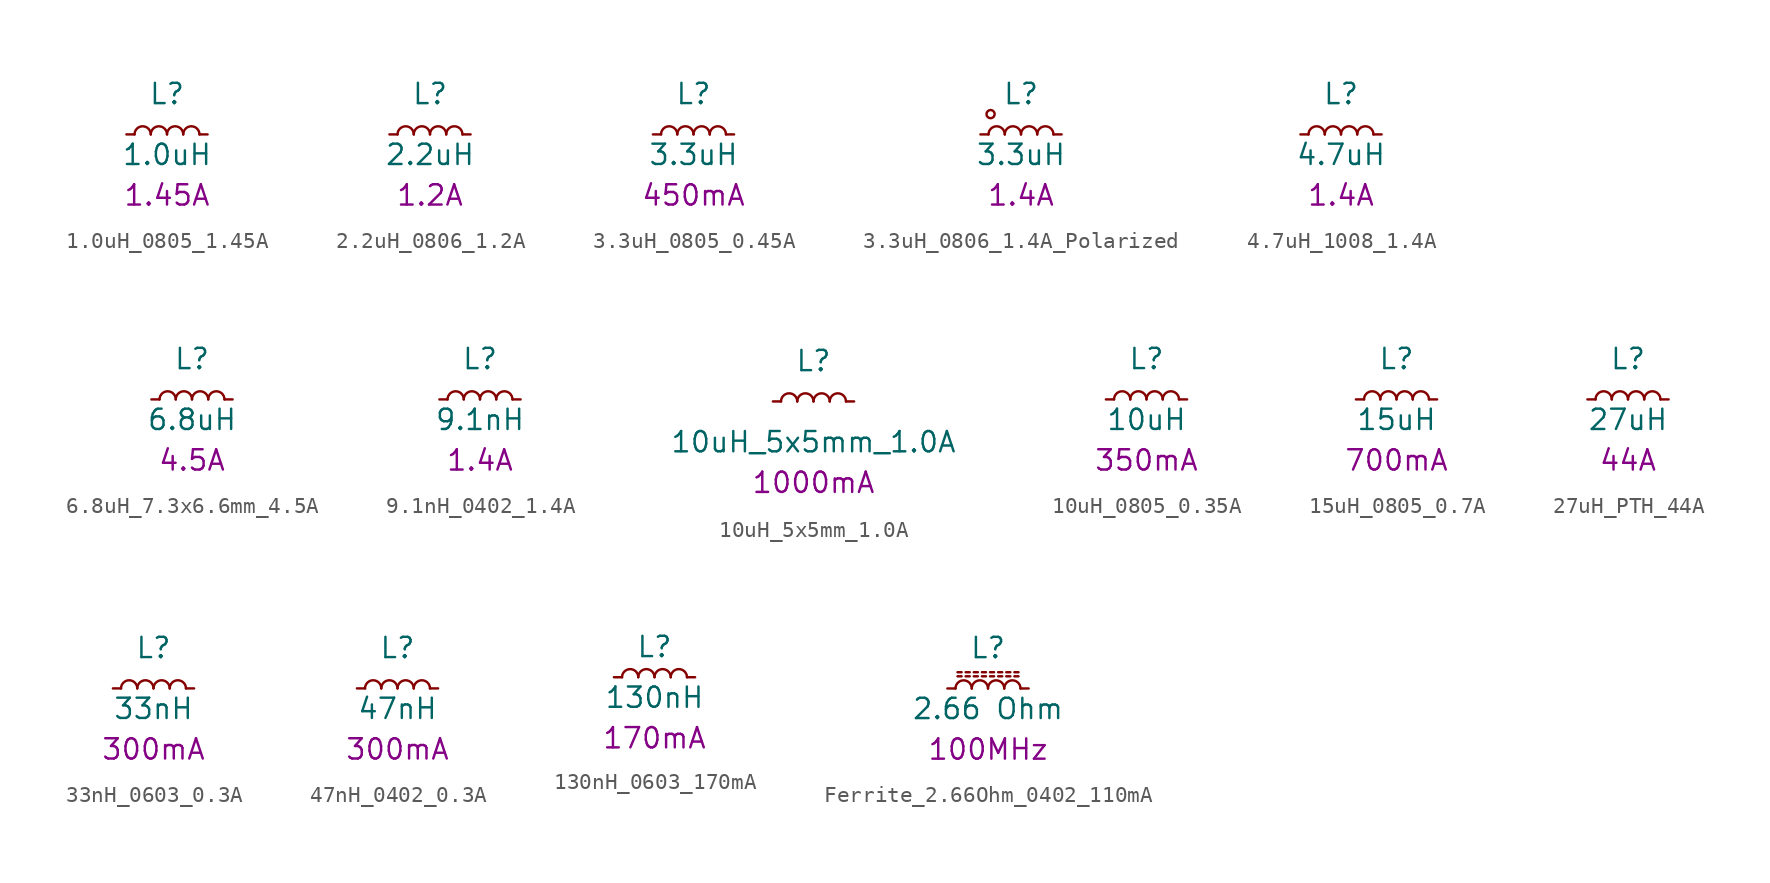
<source format=kicad_sym>
(kicad_symbol_lib
  (version 20241209)
  (generator "kicad_symbol_editor")
  (generator_version "9.0")
  (symbol "1.0uH_0805_1.45A"
    (pin_numbers
      (hide yes))
    (pin_names
      (offset 1.016)
      (hide yes))
    (property "Reference" "L"
      (at 0 2.54 0)
      (effects (font (size 1.27 1.27))))
    (property "Value" "1.0uH"
      (at 0 -1.27 0)
      (effects (font (size 1.27 1.27))))
    (property "Current" "1.45A"
      (at 0 -3.81 0)
      (effects (font (size 1.27 1.27))))
    (symbol "1.0uH_0805_1.45A_0_1"
      (arc (start -2.032 0) (mid -1.524 0.5058) (end -1.016 0) (stroke (width 0) (type default)) (fill (type none)))
      (arc (start -1.016 0) (mid -0.508 0.5058) (end 0 0) (stroke (width 0) (type default)) (fill (type none)))
      (arc (start 0 0) (mid 0.508 0.5058) (end 1.016 0) (stroke (width 0) (type default)) (fill (type none)))
      (arc (start 1.016 0) (mid 1.524 0.5058) (end 2.032 0) (stroke (width 0) (type default)) (fill (type none))))
    (symbol "1.0uH_0805_1.45A_1_1"
      (pin passive line (at -2.54 0 0) (length 0.508) (name "~" (effects (font (size 1.27 1.27)))) (number "1" (effects (font (size 1.27 1.27)))))
      (pin passive line (at 2.54 0 180) (length 0.508) (name "~" (effects (font (size 1.27 1.27)))) (number "2" (effects (font (size 1.27 1.27)))))))
  (symbol "2.2uH_0806_1.2A"
    (pin_numbers
      (hide yes))
    (pin_names
      (offset 1.016)
      (hide yes))
    (property "Reference" "L"
      (at 0 2.54 0)
      (effects (font (size 1.27 1.27))))
    (property "Value" "2.2uH"
      (at 0 -1.27 0)
      (effects (font (size 1.27 1.27))))
    (property "Current" "1.2A"
      (at 0 -3.81 0)
      (effects (font (size 1.27 1.27))))
    (symbol "2.2uH_0806_1.2A_0_1"
      (arc (start -2.032 0) (mid -1.524 0.5058) (end -1.016 0) (stroke (width 0) (type default)) (fill (type none)))
      (arc (start -1.016 0) (mid -0.508 0.5058) (end 0 0) (stroke (width 0) (type default)) (fill (type none)))
      (arc (start 0 0) (mid 0.508 0.5058) (end 1.016 0) (stroke (width 0) (type default)) (fill (type none)))
      (arc (start 1.016 0) (mid 1.524 0.5058) (end 2.032 0) (stroke (width 0) (type default)) (fill (type none))))
    (symbol "2.2uH_0806_1.2A_1_1"
      (pin passive line (at -2.54 0 0) (length 0.508) (name "~" (effects (font (size 1.27 1.27)))) (number "1" (effects (font (size 1.27 1.27)))))
      (pin passive line (at 2.54 0 180) (length 0.508) (name "~" (effects (font (size 1.27 1.27)))) (number "2" (effects (font (size 1.27 1.27)))))))
  (symbol "3.3uH_0805_0.45A"
    (pin_numbers
      (hide yes))
    (pin_names
      (offset 1.016)
      (hide yes))
    (property "Reference" "L"
      (at 0 2.54 0)
      (effects (font (size 1.27 1.27))))
    (property "Value" "3.3uH"
      (at 0 -1.27 0)
      (effects (font (size 1.27 1.27))))
    (property "Current" "450mA"
      (at 0 -3.81 0)
      (effects (font (size 1.27 1.27))))
    (symbol "3.3uH_0805_0.45A_0_1"
      (arc (start -2.032 0) (mid -1.524 0.5058) (end -1.016 0) (stroke (width 0) (type default)) (fill (type none)))
      (arc (start -1.016 0) (mid -0.508 0.5058) (end 0 0) (stroke (width 0) (type default)) (fill (type none)))
      (arc (start 0 0) (mid 0.508 0.5058) (end 1.016 0) (stroke (width 0) (type default)) (fill (type none)))
      (arc (start 1.016 0) (mid 1.524 0.5058) (end 2.032 0) (stroke (width 0) (type default)) (fill (type none))))
    (symbol "3.3uH_0805_0.45A_1_1"
      (pin passive line (at -2.54 0 0) (length 0.508) (name "~" (effects (font (size 1.27 1.27)))) (number "1" (effects (font (size 1.27 1.27)))))
      (pin passive line (at 2.54 0 180) (length 0.508) (name "~" (effects (font (size 1.27 1.27)))) (number "2" (effects (font (size 1.27 1.27)))))))
  (symbol "3.3uH_0806_1.4A_Polarized"
    (pin_numbers
      (hide yes))
    (pin_names
      (offset 1.016)
      (hide yes))
    (property "Reference" "L"
      (at 0 2.54 0)
      (effects (font (size 1.27 1.27))))
    (property "Value" "3.3uH"
      (at 0 -1.27 0)
      (effects (font (size 1.27 1.27))))
    (property "Current" "1.4A"
      (at 0 -3.81 0)
      (effects (font (size 1.27 1.27))))
    (symbol "3.3uH_0806_1.4A_Polarized_0_1"
      (circle (center -1.905 1.27) (radius 0.254) (stroke (width 0) (type default)) (fill (type none)))
      (arc (start -2.032 0) (mid -1.524 0.5058) (end -1.016 0) (stroke (width 0) (type default)) (fill (type none)))
      (arc (start -1.016 0) (mid -0.508 0.5058) (end 0 0) (stroke (width 0) (type default)) (fill (type none)))
      (arc (start 0 0) (mid 0.508 0.5058) (end 1.016 0) (stroke (width 0) (type default)) (fill (type none)))
      (arc (start 1.016 0) (mid 1.524 0.5058) (end 2.032 0) (stroke (width 0) (type default)) (fill (type none))))
    (symbol "3.3uH_0806_1.4A_Polarized_1_1"
      (pin passive line (at -2.54 0 0) (length 0.508) (name "~" (effects (font (size 1.27 1.27)))) (number "1" (effects (font (size 1.27 1.27)))))
      (pin passive line (at 2.54 0 180) (length 0.508) (name "~" (effects (font (size 1.27 1.27)))) (number "2" (effects (font (size 1.27 1.27)))))))
  (symbol "4.7uH_1008_1.4A"
    (pin_numbers
      (hide yes))
    (pin_names
      (offset 1.016)
      (hide yes))
    (property "Reference" "L"
      (at 0 2.54 0)
      (effects (font (size 1.27 1.27))))
    (property "Value" "4.7uH"
      (at 0 -1.27 0)
      (effects (font (size 1.27 1.27))))
    (property "Current" "1.4A"
      (at 0 -3.81 0)
      (effects (font (size 1.27 1.27))))
    (symbol "4.7uH_1008_1.4A_0_1"
      (arc (start -2.032 0) (mid -1.524 0.5058) (end -1.016 0) (stroke (width 0) (type default)) (fill (type none)))
      (arc (start -1.016 0) (mid -0.508 0.5058) (end 0 0) (stroke (width 0) (type default)) (fill (type none)))
      (arc (start 0 0) (mid 0.508 0.5058) (end 1.016 0) (stroke (width 0) (type default)) (fill (type none)))
      (arc (start 1.016 0) (mid 1.524 0.5058) (end 2.032 0) (stroke (width 0) (type default)) (fill (type none))))
    (symbol "4.7uH_1008_1.4A_1_1"
      (pin passive line (at -2.54 0 0) (length 0.508) (name "~" (effects (font (size 1.27 1.27)))) (number "1" (effects (font (size 1.27 1.27)))))
      (pin passive line (at 2.54 0 180) (length 0.508) (name "~" (effects (font (size 1.27 1.27)))) (number "2" (effects (font (size 1.27 1.27)))))))
  (symbol "6.8uH_7.3x6.6mm_4.5A"
    (pin_numbers
      (hide yes))
    (pin_names
      (offset 1.016)
      (hide yes))
    (property "Reference" "L"
      (at 0 2.54 0)
      (effects (font (size 1.27 1.27))))
    (property "Value" "6.8uH"
      (at 0 -1.27 0)
      (effects (font (size 1.27 1.27))))
    (property "Current" "4.5A"
      (at 0 -3.81 0)
      (effects (font (size 1.27 1.27))))
    (symbol "6.8uH_7.3x6.6mm_4.5A_0_1"
      (arc (start -2.032 0) (mid -1.524 0.5058) (end -1.016 0) (stroke (width 0) (type default)) (fill (type none)))
      (arc (start -1.016 0) (mid -0.508 0.5058) (end 0 0) (stroke (width 0) (type default)) (fill (type none)))
      (arc (start 0 0) (mid 0.508 0.5058) (end 1.016 0) (stroke (width 0) (type default)) (fill (type none)))
      (arc (start 1.016 0) (mid 1.524 0.5058) (end 2.032 0) (stroke (width 0) (type default)) (fill (type none))))
    (symbol "6.8uH_7.3x6.6mm_4.5A_1_1"
      (pin passive line (at -2.54 0 0) (length 0.508) (name "~" (effects (font (size 1.27 1.27)))) (number "1" (effects (font (size 1.27 1.27)))))
      (pin passive line (at 2.54 0 180) (length 0.508) (name "~" (effects (font (size 1.27 1.27)))) (number "2" (effects (font (size 1.27 1.27)))))))
  (symbol "9.1nH_0402_1.4A"
    (pin_numbers
      (hide yes))
    (pin_names
      (offset 1.016)
      (hide yes))
    (property "Reference" "L"
      (at 0 2.54 0)
      (effects (font (size 1.27 1.27))))
    (property "Value" "9.1nH"
      (at 0 -1.27 0)
      (effects (font (size 1.27 1.27))))
    (property "Current" "1.4A"
      (at 0 -3.81 0)
      (effects (font (size 1.27 1.27))))
    (symbol "9.1nH_0402_1.4A_0_1"
      (arc (start -2.032 0) (mid -1.524 0.5058) (end -1.016 0) (stroke (width 0) (type default)) (fill (type none)))
      (arc (start -1.016 0) (mid -0.508 0.5058) (end 0 0) (stroke (width 0) (type default)) (fill (type none)))
      (arc (start 0 0) (mid 0.508 0.5058) (end 1.016 0) (stroke (width 0) (type default)) (fill (type none)))
      (arc (start 1.016 0) (mid 1.524 0.5058) (end 2.032 0) (stroke (width 0) (type default)) (fill (type none))))
    (symbol "9.1nH_0402_1.4A_1_1"
      (pin passive line (at -2.54 0 0) (length 0.508) (name "~" (effects (font (size 1.27 1.27)))) (number "1" (effects (font (size 1.27 1.27)))))
      (pin passive line (at 2.54 0 180) (length 0.508) (name "~" (effects (font (size 1.27 1.27)))) (number "2" (effects (font (size 1.27 1.27)))))))
  (symbol "10uH_5x5mm_1.0A"
    (pin_numbers
      (hide yes))
    (pin_names
      (offset 1.016)
      (hide yes))
    (property "Reference" "L"
      (at 0 2.54 0)
      (effects (font (size 1.27 1.27))))
    (property "Value" "10uH_5x5mm_1.0A"
      (at 0 -2.54 0)
      (effects (font (size 1.27 1.27))))
    (property "Current" "1000mA"
      (at 0 -5.08 0)
      (effects (font (size 1.27 1.27))))
    (symbol "10uH_5x5mm_1.0A_0_1"
      (arc (start -2.032 0) (mid -1.524 0.5058) (end -1.016 0) (stroke (width 0) (type default)) (fill (type none)))
      (arc (start -1.016 0) (mid -0.508 0.5058) (end 0 0) (stroke (width 0) (type default)) (fill (type none)))
      (arc (start 0 0) (mid 0.508 0.5058) (end 1.016 0) (stroke (width 0) (type default)) (fill (type none)))
      (arc (start 1.016 0) (mid 1.524 0.5058) (end 2.032 0) (stroke (width 0) (type default)) (fill (type none))))
    (symbol "10uH_5x5mm_1.0A_1_1"
      (pin passive line (at -2.54 0 0) (length 0.508) (name "~" (effects (font (size 1.27 1.27)))) (number "1" (effects (font (size 1.27 1.27)))))
      (pin passive line (at 2.54 0 180) (length 0.508) (name "~" (effects (font (size 1.27 1.27)))) (number "2" (effects (font (size 1.27 1.27)))))))
  (symbol "10uH_0805_0.35A"
    (pin_numbers
      (hide yes))
    (pin_names
      (offset 1.016)
      (hide yes))
    (property "Reference" "L"
      (at 0 2.54 0)
      (effects (font (size 1.27 1.27))))
    (property "Value" "10uH"
      (at 0 -1.27 0)
      (effects (font (size 1.27 1.27))))
    (property "Current" "350mA"
      (at 0 -3.81 0)
      (effects (font (size 1.27 1.27))))
    (symbol "10uH_0805_0.35A_0_1"
      (arc (start -2.032 0) (mid -1.524 0.5058) (end -1.016 0) (stroke (width 0) (type default)) (fill (type none)))
      (arc (start -1.016 0) (mid -0.508 0.5058) (end 0 0) (stroke (width 0) (type default)) (fill (type none)))
      (arc (start 0 0) (mid 0.508 0.5058) (end 1.016 0) (stroke (width 0) (type default)) (fill (type none)))
      (arc (start 1.016 0) (mid 1.524 0.5058) (end 2.032 0) (stroke (width 0) (type default)) (fill (type none))))
    (symbol "10uH_0805_0.35A_1_1"
      (pin passive line (at -2.54 0 0) (length 0.508) (name "~" (effects (font (size 1.27 1.27)))) (number "1" (effects (font (size 1.27 1.27)))))
      (pin passive line (at 2.54 0 180) (length 0.508) (name "~" (effects (font (size 1.27 1.27)))) (number "2" (effects (font (size 1.27 1.27)))))))
  (symbol "15uH_0805_0.7A"
    (pin_numbers
      (hide yes))
    (pin_names
      (offset 1.016)
      (hide yes))
    (property "Reference" "L"
      (at 0 2.54 0)
      (effects (font (size 1.27 1.27))))
    (property "Value" "15uH"
      (at 0 -1.27 0)
      (effects (font (size 1.27 1.27))))
    (property "Current" "700mA"
      (at 0 -3.81 0)
      (effects (font (size 1.27 1.27))))
    (symbol "15uH_0805_0.7A_0_1"
      (arc (start -2.032 0) (mid -1.524 0.5058) (end -1.016 0) (stroke (width 0) (type default)) (fill (type none)))
      (arc (start -1.016 0) (mid -0.508 0.5058) (end 0 0) (stroke (width 0) (type default)) (fill (type none)))
      (arc (start 0 0) (mid 0.508 0.5058) (end 1.016 0) (stroke (width 0) (type default)) (fill (type none)))
      (arc (start 1.016 0) (mid 1.524 0.5058) (end 2.032 0) (stroke (width 0) (type default)) (fill (type none))))
    (symbol "15uH_0805_0.7A_1_1"
      (pin passive line (at -2.54 0 0) (length 0.508) (name "~" (effects (font (size 1.27 1.27)))) (number "1" (effects (font (size 1.27 1.27)))))
      (pin passive line (at 2.54 0 180) (length 0.508) (name "~" (effects (font (size 1.27 1.27)))) (number "2" (effects (font (size 1.27 1.27)))))))
  (symbol "27uH_PTH_44A"
    (pin_numbers
      (hide yes))
    (pin_names
      (offset 1.016)
      (hide yes))
    (property "Reference" "L"
      (at 0 2.54 0)
      (effects (font (size 1.27 1.27))))
    (property "Value" "27uH"
      (at 0 -1.27 0)
      (effects (font (size 1.27 1.27))))
    (property "Current" "44A"
      (at 0 -3.81 0)
      (effects (font (size 1.27 1.27))))
    (symbol "27uH_PTH_44A_0_1"
      (arc (start -2.032 0) (mid -1.524 0.5058) (end -1.016 0) (stroke (width 0) (type default)) (fill (type none)))
      (arc (start -1.016 0) (mid -0.508 0.5058) (end 0 0) (stroke (width 0) (type default)) (fill (type none)))
      (arc (start 0 0) (mid 0.508 0.5058) (end 1.016 0) (stroke (width 0) (type default)) (fill (type none)))
      (arc (start 1.016 0) (mid 1.524 0.5058) (end 2.032 0) (stroke (width 0) (type default)) (fill (type none))))
    (symbol "27uH_PTH_44A_1_1"
      (pin passive line (at -2.54 0 0) (length 0.508) (name "~" (effects (font (size 1.27 1.27)))) (number "1" (effects (font (size 1.27 1.27)))))
      (pin passive line (at 2.54 0 180) (length 0.508) (name "~" (effects (font (size 1.27 1.27)))) (number "2" (effects (font (size 1.27 1.27)))))))
  (symbol "33nH_0603_0.3A"
    (pin_numbers
      (hide yes))
    (pin_names
      (offset 1.016)
      (hide yes))
    (property "Reference" "L"
      (at 0 2.54 0)
      (effects (font (size 1.27 1.27))))
    (property "Value" "33nH"
      (at 0 -1.27 0)
      (effects (font (size 1.27 1.27))))
    (property "Current" "300mA"
      (at 0 -3.81 0)
      (effects (font (size 1.27 1.27))))
    (symbol "33nH_0603_0.3A_0_1"
      (arc (start -2.032 0) (mid -1.524 0.5058) (end -1.016 0) (stroke (width 0) (type default)) (fill (type none)))
      (arc (start -1.016 0) (mid -0.508 0.5058) (end 0 0) (stroke (width 0) (type default)) (fill (type none)))
      (arc (start 0 0) (mid 0.508 0.5058) (end 1.016 0) (stroke (width 0) (type default)) (fill (type none)))
      (arc (start 1.016 0) (mid 1.524 0.5058) (end 2.032 0) (stroke (width 0) (type default)) (fill (type none))))
    (symbol "33nH_0603_0.3A_1_1"
      (pin passive line (at -2.54 0 0) (length 0.508) (name "~" (effects (font (size 1.27 1.27)))) (number "1" (effects (font (size 1.27 1.27)))))
      (pin passive line (at 2.54 0 180) (length 0.508) (name "~" (effects (font (size 1.27 1.27)))) (number "2" (effects (font (size 1.27 1.27)))))))
  (symbol "47nH_0402_0.3A"
    (pin_numbers
      (hide yes))
    (pin_names
      (offset 1.016)
      (hide yes))
    (property "Reference" "L"
      (at 0 2.54 0)
      (effects (font (size 1.27 1.27))))
    (property "Value" "47nH"
      (at 0 -1.27 0)
      (effects (font (size 1.27 1.27))))
    (property "Current" "300mA"
      (at 0 -3.81 0)
      (effects (font (size 1.27 1.27))))
    (symbol "47nH_0402_0.3A_0_1"
      (arc (start -2.032 0) (mid -1.524 0.5058) (end -1.016 0) (stroke (width 0) (type default)) (fill (type none)))
      (arc (start -1.016 0) (mid -0.508 0.5058) (end 0 0) (stroke (width 0) (type default)) (fill (type none)))
      (arc (start 0 0) (mid 0.508 0.5058) (end 1.016 0) (stroke (width 0) (type default)) (fill (type none)))
      (arc (start 1.016 0) (mid 1.524 0.5058) (end 2.032 0) (stroke (width 0) (type default)) (fill (type none))))
    (symbol "47nH_0402_0.3A_1_1"
      (pin passive line (at -2.54 0 0) (length 0.508) (name "~" (effects (font (size 1.27 1.27)))) (number "1" (effects (font (size 1.27 1.27)))))
      (pin passive line (at 2.54 0 180) (length 0.508) (name "~" (effects (font (size 1.27 1.27)))) (number "2" (effects (font (size 1.27 1.27)))))))
  (symbol "130nH_0603_170mA"
    (pin_numbers
      (hide yes))
    (pin_names
      (offset 1.016)
      (hide yes))
    (property "Reference" "L"
      (at 0 1.905 0)
      (effects (font (size 1.27 1.27))))
    (property "Value" "130nH"
      (at 0 -1.27 0)
      (effects (font (size 1.27 1.27))))
    (property "Rated Current" "170mA"
      (at 0 -3.81 0)
      (effects (font (size 1.27 1.27))))
    (symbol "130nH_0603_170mA_0_1"
      (arc (start -2.032 0) (mid -1.524 0.5058) (end -1.016 0) (stroke (width 0) (type default)) (fill (type none)))
      (arc (start -1.016 0) (mid -0.508 0.5058) (end 0 0) (stroke (width 0) (type default)) (fill (type none)))
      (arc (start 0 0) (mid 0.508 0.5058) (end 1.016 0) (stroke (width 0) (type default)) (fill (type none)))
      (arc (start 1.016 0) (mid 1.524 0.5058) (end 2.032 0) (stroke (width 0) (type default)) (fill (type none))))
    (symbol "130nH_0603_170mA_1_1"
      (pin passive line (at -2.54 0 0) (length 0.508) (name "~" (effects (font (size 1.27 1.27)))) (number "1" (effects (font (size 1.27 1.27)))))
      (pin passive line (at 2.54 0 180) (length 0.508) (name "~" (effects (font (size 1.27 1.27)))) (number "2" (effects (font (size 1.27 1.27)))))))
  (symbol "Ferrite_2.66Ohm_0402_110mA"
    (pin_numbers
      (hide yes))
    (pin_names
      (offset 1.016)
      (hide yes))
    (property "Reference" "L"
      (at 0 2.54 0)
      (effects (font (size 1.27 1.27))))
    (property "Value" "2.66 Ohm"
      (at 0 -1.27 0)
      (effects (font (size 1.27 1.27))))
    (property "Frequency" "100MHz"
      (at 0 -3.81 0)
      (effects (font (size 1.27 1.27))))
    (symbol "Ferrite_2.66Ohm_0402_110mA_0_1"
      (polyline (pts (xy -1.905 1.016) (xy -1.651 1.016)) (stroke (width 0) (type default)) (fill (type none)))
      (polyline (pts (xy -1.651 0.762) (xy -1.905 0.762)) (stroke (width 0) (type default)) (fill (type none)))
      (arc (start -2.032 0) (mid -1.524 0.5058) (end -1.016 0) (stroke (width 0) (type default)) (fill (type none)))
      (polyline (pts (xy -1.397 1.016) (xy -1.143 1.016)) (stroke (width 0) (type default)) (fill (type none)))
      (polyline (pts (xy -1.143 0.762) (xy -1.397 0.762)) (stroke (width 0) (type default)) (fill (type none)))
      (polyline (pts (xy -0.889 1.016) (xy -0.635 1.016)) (stroke (width 0) (type default)) (fill (type none)))
      (polyline (pts (xy -0.635 0.762) (xy -0.889 0.762)) (stroke (width 0) (type default)) (fill (type none)))
      (arc (start -1.016 0) (mid -0.508 0.5058) (end 0 0) (stroke (width 0) (type default)) (fill (type none)))
      (polyline (pts (xy -0.381 1.016) (xy -0.127 1.016)) (stroke (width 0) (type default)) (fill (type none)))
      (polyline (pts (xy -0.127 0.762) (xy -0.381 0.762)) (stroke (width 0) (type default)) (fill (type none)))
      (polyline (pts (xy 0.127 1.016) (xy 0.381 1.016)) (stroke (width 0) (type default)) (fill (type none)))
      (polyline (pts (xy 0.381 0.762) (xy 0.127 0.762)) (stroke (width 0) (type default)) (fill (type none)))
      (arc (start 0 0) (mid 0.508 0.5058) (end 1.016 0) (stroke (width 0) (type default)) (fill (type none)))
      (polyline (pts (xy 0.635 1.016) (xy 0.889 1.016)) (stroke (width 0) (type default)) (fill (type none)))
      (polyline (pts (xy 0.889 0.762) (xy 0.635 0.762)) (stroke (width 0) (type default)) (fill (type none)))
      (polyline (pts (xy 1.143 1.016) (xy 1.397 1.016)) (stroke (width 0) (type default)) (fill (type none)))
      (polyline (pts (xy 1.397 0.762) (xy 1.143 0.762)) (stroke (width 0) (type default)) (fill (type none)))
      (arc (start 1.016 0) (mid 1.524 0.5058) (end 2.032 0) (stroke (width 0) (type default)) (fill (type none)))
      (polyline (pts (xy 1.651 1.016) (xy 1.905 1.016)) (stroke (width 0) (type default)) (fill (type none)))
      (polyline (pts (xy 1.905 0.762) (xy 1.651 0.762)) (stroke (width 0) (type default)) (fill (type none))))
    (symbol "Ferrite_2.66Ohm_0402_110mA_1_1"
      (pin passive line (at -2.54 0 0) (length 0.508) (name "~" (effects (font (size 1.27 1.27)))) (number "1" (effects (font (size 1.27 1.27)))))
      (pin passive line (at 2.54 0 180) (length 0.508) (name "~" (effects (font (size 1.27 1.27)))) (number "2" (effects (font (size 1.27 1.27))))))))
</source>
